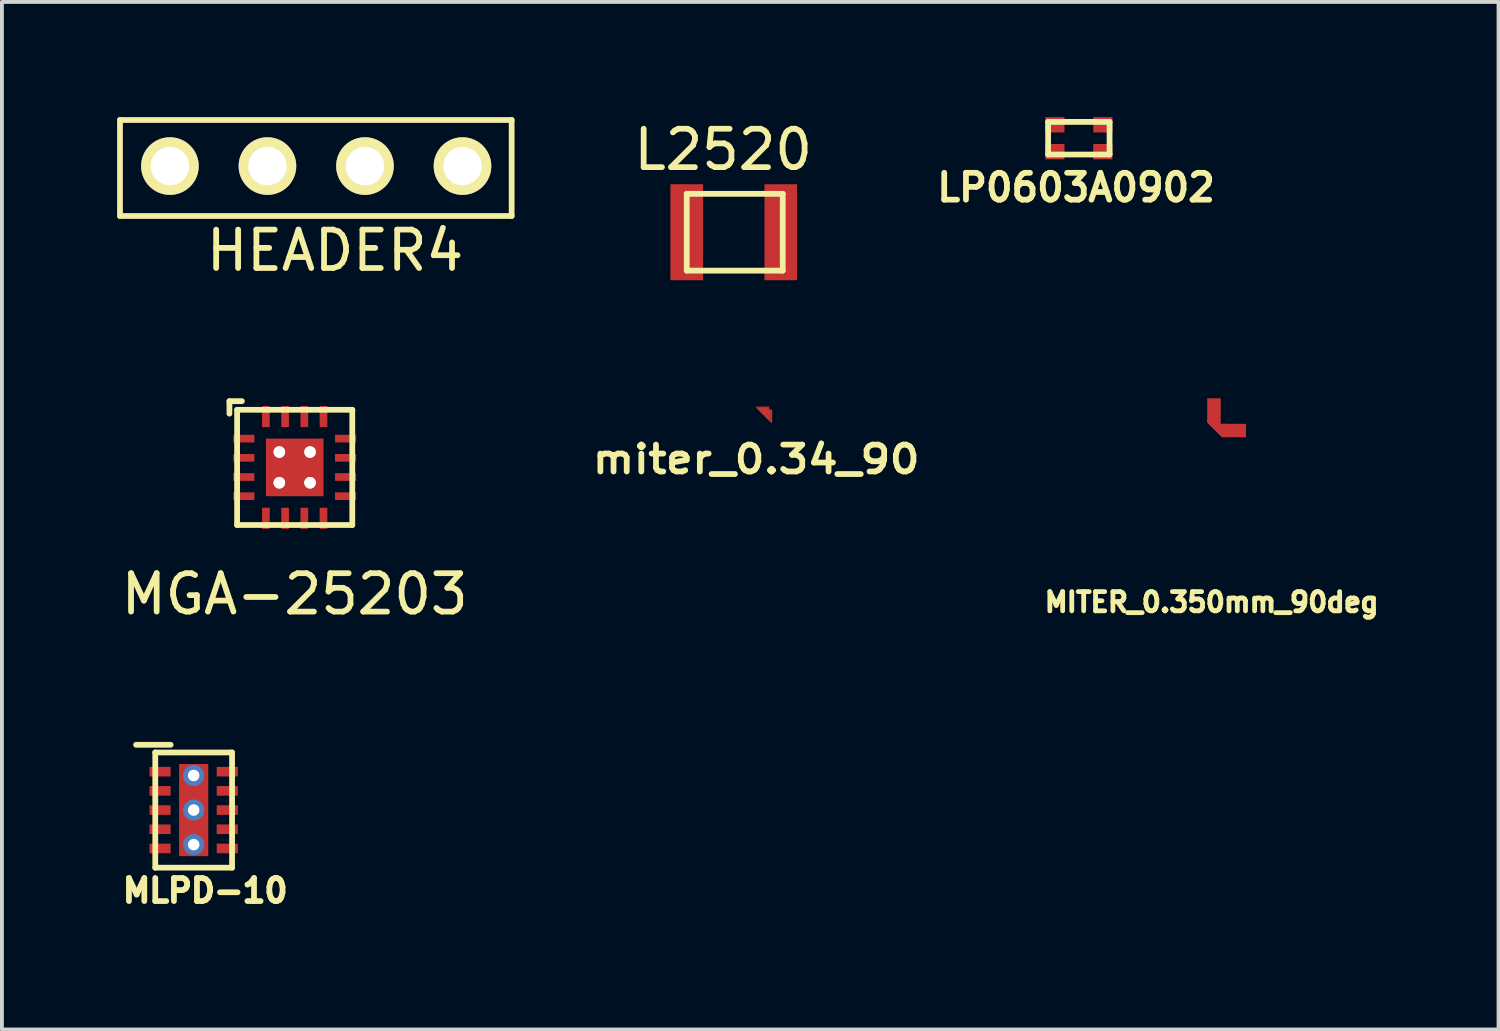
<source format=kicad_pcb>
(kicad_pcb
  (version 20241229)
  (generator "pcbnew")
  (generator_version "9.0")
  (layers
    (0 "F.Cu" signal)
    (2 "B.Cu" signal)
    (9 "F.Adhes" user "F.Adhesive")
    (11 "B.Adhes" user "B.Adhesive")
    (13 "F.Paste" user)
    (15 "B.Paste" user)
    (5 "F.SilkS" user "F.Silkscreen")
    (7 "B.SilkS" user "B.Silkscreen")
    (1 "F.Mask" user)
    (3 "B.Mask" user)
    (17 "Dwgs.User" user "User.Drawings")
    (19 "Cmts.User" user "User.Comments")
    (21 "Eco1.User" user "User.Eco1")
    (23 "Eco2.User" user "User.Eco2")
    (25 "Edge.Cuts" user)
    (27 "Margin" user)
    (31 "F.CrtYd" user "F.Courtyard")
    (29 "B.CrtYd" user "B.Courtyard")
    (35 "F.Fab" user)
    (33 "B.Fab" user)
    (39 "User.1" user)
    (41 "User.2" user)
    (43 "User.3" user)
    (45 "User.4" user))
  (footprint "L2520"
    (layer "F.Cu")
    (at 14.835 2.998)
    (property "Reference" "L2520" (at 0.95 -2.15 0) (layer "F.SilkS") (effects (font (size 1 1) (thickness 0.15))))
    (attr through_hole)
    (fp_line (start 0 -1) (end 2.5 -1) (stroke (width 0.15) (type solid)) (layer "F.SilkS"))
    (fp_line (start 0 1) (end 0 -1) (stroke (width 0.15) (type solid)) (layer "F.SilkS"))
    (fp_line (start 2.5 -1) (end 2.5 1) (stroke (width 0.15) (type solid)) (layer "F.SilkS"))
    (fp_line (start 2.5 1) (end 0 1) (stroke (width 0.15) (type solid)) (layer "F.SilkS"))
    (pad "1" smd rect (at 0 0) (size 0.85 2.5) (layers "F.Cu" "F.Mask" "F.Paste"))
    (pad "2" smd rect (at 2.45 0) (size 0.85 2.5) (layers "F.Cu" "F.Mask" "F.Paste")))
  (footprint "HEADER4"
    (layer "F.Cu")
    (at 1.375 1.275)
    (property "Reference" "HEADER4" (at 4.3 2.2 0) (layer "F.SilkS") (effects (font (size 1 1) (thickness 0.15))))
    (attr through_hole)
    (fp_line (start -1.3 -1.2) (end -1.3 1.3) (stroke (width 0.15) (type solid)) (layer "F.SilkS"))
    (fp_line (start -1.3 1.3) (end 8.9 1.3) (stroke (width 0.15) (type solid)) (layer "F.SilkS"))
    (fp_line (start 8.9 -1.2) (end -1.3 -1.2) (stroke (width 0.15) (type solid)) (layer "F.SilkS"))
    (fp_line (start 8.9 1.3) (end 8.9 -1.2) (stroke (width 0.15) (type solid)) (layer "F.SilkS"))
    (pad "1" thru_hole circle (at 0 0) (size 1.5 1.5) (drill 1) (layers "*.Cu" "*.Mask" "F.SilkS"))
    (pad "2" thru_hole circle (at 2.54 0) (size 1.5 1.5) (drill 1) (layers "*.Cu" "*.Mask" "F.SilkS"))
    (pad "3" thru_hole circle (at 5.08 0) (size 1.5 1.5) (drill 1) (layers "*.Cu" "*.Mask" "F.SilkS"))
    (pad "4" thru_hole circle (at 7.62 0) (size 1.5 1.5) (drill 1) (layers "*.Cu" "*.Mask" "F.SilkS")))
  (footprint "miter_0.34_90"
    (layer "F.Cu")
    (at 16.643 7.573)
    (property "Reference" "miter_0.34_90" (at 0 1.34 0) (layer "F.SilkS") (effects (font (size 0.7 0.8) (thickness 0.15))))
    (attr through_hole)
    (fp_poly (pts (xy 0 0) (xy 0.34 0) (xy 0.34 0.043) (xy 0.383 0.043) (xy 0.383 0.383) (xy 0 0)) (stroke (width 0) (type solid)) (fill yes) (layer "F.Cu"))
    (pad "1" smd rect (at 0.17 -0.017) (size 0.34 0.034) (layers "F.Cu" "F.Mask" "F.Paste"))
    (pad "2" smd rect (at 0.4 0.213) (size 0.034 0.34) (layers "F.Cu" "F.Mask" "F.Paste")))
  (footprint "LP0603A0902"
    (layer "F.Cu")
    (at 25.022 0.55)
    (property "Reference" "LP0603A0902" (at -0.048 1.284 0) (layer "F.SilkS") (effects (font (size 0.7 0.7) (thickness 0.15))))
    (attr through_hole)
    (fp_line (start -0.775 -0.425) (end 0.825 -0.425) (stroke (width 0.15) (type solid)) (layer "F.SilkS"))
    (fp_line (start -0.775 0.425) (end -0.775 -0.425) (stroke (width 0.15) (type solid)) (layer "F.SilkS"))
    (fp_line (start 0.825 -0.425) (end 0.825 0.425) (stroke (width 0.15) (type solid)) (layer "F.SilkS"))
    (fp_line (start 0.825 0.425) (end -0.775 0.425) (stroke (width 0.15) (type solid)) (layer "F.SilkS"))
    (pad "1" smd rect (at -0.6 0.35) (size 0.5 0.4) (layers "F.Cu" "F.Mask" "F.Paste"))
    (pad "2" smd rect (at 0.65 0.35) (size 0.5 0.4) (layers "F.Cu" "F.Mask" "F.Paste"))
    (pad "3" smd rect (at 0.65 -0.35) (size 0.5 0.4) (layers "F.Cu" "F.Mask" "F.Paste"))
    (pad "4" smd rect (at -0.6 -0.35) (size 0.5 0.4) (layers "F.Cu" "F.Mask" "F.Paste")))
  (footprint "MITER_0.350mm_90deg"
    (layer "F.Cu")
    (at 28.566 8.163)
    (property "Reference" "MITER_0.350mm_90deg" (at -0.06 4.47 0) (layer "F.SilkS") (effects (font (size 0.5 0.5) (thickness 0.125))))
    (attr through_hole)
    (fp_line (start -0.1 -0.24) (end 0.24 0.1) (stroke (width 0.15) (type solid)) (layer "F.Cu"))
    (fp_line (start 0.03 -0.27) (end 0.03 -0.2) (stroke (width 0.15) (type solid)) (layer "F.Cu"))
    (fp_line (start 0.1 -0.14) (end 0.1 -0.24) (stroke (width 0.15) (type solid)) (layer "F.Cu"))
    (fp_line (start 0.21 -0.03) (end 0.25 -0.02) (stroke (width 0.15) (type solid)) (layer "F.Cu"))
    (fp_line (start 0.23 0.09) (end -0.1 -0.24) (stroke (width 0.15) (type solid)) (layer "F.Cu"))
    (fp_line (start 0.31 -0.1) (end 0.18 -0.1) (stroke (width 0.15) (type solid)) (layer "F.Cu"))
    (pad "1" smd rect (at 0.535 0 90) (size 0.35 0.6) (layers "F.Cu"))
    (pad "2" smd rect (at 0 -0.54) (size 0.35 0.6) (layers "F.Cu")))
  (footprint "MGA-25203"
    (layer "F.Cu")
    (at 4.625 9.123)
    (property "Reference" "MGA-25203" (at 0 3.3 0) (layer "F.SilkS") (effects (font (size 1 1) (thickness 0.15))))
    (attr through_hole)
    (fp_line (start -1.7 -1.725) (end -1.7 -1.4) (stroke (width 0.15) (type solid)) (layer "F.SilkS"))
    (fp_line (start -1.5 -1.5) (end 1.5 -1.5) (stroke (width 0.15) (type solid)) (layer "F.SilkS"))
    (fp_line (start -1.5 1.5) (end -1.5 -1.5) (stroke (width 0.15) (type solid)) (layer "F.SilkS"))
    (fp_line (start -1.375 -1.725) (end -1.7 -1.725) (stroke (width 0.15) (type solid)) (layer "F.SilkS"))
    (fp_line (start 1.5 -1.5) (end 1.5 1.5) (stroke (width 0.15) (type solid)) (layer "F.SilkS"))
    (fp_line (start 1.5 1.5) (end -1.5 1.5) (stroke (width 0.15) (type solid)) (layer "F.SilkS"))
    (pad "1" smd rect (at -1.325 -0.75) (size 0.55 0.2) (layers "F.Cu" "F.Mask" "F.Paste"))
    (pad "2" smd rect (at -1.325 -0.25) (size 0.55 0.2) (layers "F.Cu" "F.Mask" "F.Paste"))
    (pad "3" smd rect (at -1.325 0.25) (size 0.55 0.2) (layers "F.Cu" "F.Mask" "F.Paste"))
    (pad "4" smd rect (at -1.325 0.75) (size 0.55 0.2) (layers "F.Cu" "F.Mask" "F.Paste"))
    (pad "5" smd rect (at -0.75 1.325 90) (size 0.55 0.2) (layers "F.Cu" "F.Mask" "F.Paste"))
    (pad "6" smd rect (at -0.25 1.325 90) (size 0.55 0.2) (layers "F.Cu" "F.Mask" "F.Paste"))
    (pad "7" smd rect (at 0.25 1.325 90) (size 0.55 0.2) (layers "F.Cu" "F.Mask" "F.Paste"))
    (pad "8" smd rect (at 0.75 1.325 90) (size 0.55 0.2) (layers "F.Cu" "F.Mask" "F.Paste"))
    (pad "9" smd rect (at 1.325 0.75) (size 0.55 0.2) (layers "F.Cu" "F.Mask" "F.Paste"))
    (pad "10" smd rect (at 1.325 0.25) (size 0.55 0.2) (layers "F.Cu" "F.Mask" "F.Paste"))
    (pad "11" smd rect (at 1.325 -0.25) (size 0.55 0.2) (layers "F.Cu" "F.Mask" "F.Paste"))
    (pad "12" smd rect (at 1.325 -0.75) (size 0.55 0.2) (layers "F.Cu" "F.Mask" "F.Paste"))
    (pad "13" smd rect (at 0.75 -1.325 270) (size 0.55 0.2) (layers "F.Cu" "F.Mask" "F.Paste"))
    (pad "14" smd rect (at 0.25 -1.325 270) (size 0.55 0.2) (layers "F.Cu" "F.Mask" "F.Paste"))
    (pad "15" smd rect (at -0.25 -1.325 270) (size 0.55 0.2) (layers "F.Cu" "F.Mask" "F.Paste"))
    (pad "16" smd rect (at -0.75 -1.325 270) (size 0.55 0.2) (layers "F.Cu" "F.Mask" "F.Paste"))
    (pad "EP" thru_hole circle (at -0.4 -0.4) (size 0.3 0.3) (drill 0.3) (layers "*.Cu" "F.Mask" "F.SilkS"))
    (pad "EP" thru_hole circle (at -0.4 0.4) (size 0.3 0.3) (drill 0.3) (layers "*.Cu" "F.Mask" "F.SilkS"))
    (pad "EP" smd rect (at 0 0) (size 1.5 1.5) (layers "F.Cu" "F.Mask" "F.Paste"))
    (pad "EP" thru_hole circle (at 0.4 -0.4) (size 0.3 0.3) (drill 0.3) (layers "*.Cu" "F.Mask" "F.SilkS"))
    (pad "EP" thru_hole circle (at 0.4 0.4) (size 0.3 0.3) (drill 0.3) (layers "*.Cu" "F.Mask" "F.SilkS")))
  (footprint "MLPD-10"
    (layer "F.Cu")
    (at 1.994 18.047)
    (property "Reference" "MLPD-10" (at 0.3 2.1 0) (layer "F.SilkS") (effects (font (size 0.6 0.6) (thickness 0.15))))
    (attr through_hole)
    (fp_line (start -1 -1.5) (end 1 -1.5) (stroke (width 0.15) (type solid)) (layer "F.SilkS"))
    (fp_line (start -1 1.5) (end -1 -1.5) (stroke (width 0.15) (type solid)) (layer "F.SilkS"))
    (fp_line (start -0.6 -1.7) (end -1.5 -1.7) (stroke (width 0.15) (type solid)) (layer "F.SilkS"))
    (fp_line (start 1 -1.5) (end 1 1.5) (stroke (width 0.15) (type solid)) (layer "F.SilkS"))
    (fp_line (start 1 1.5) (end -1 1.5) (stroke (width 0.15) (type solid)) (layer "F.SilkS"))
    (pad "1" smd rect (at -0.875 -1) (size 0.55 0.25) (layers "F.Cu" "F.Mask" "F.Paste"))
    (pad "2" smd rect (at -0.875 -0.5) (size 0.55 0.25) (layers "F.Cu" "F.Mask" "F.Paste"))
    (pad "3" smd rect (at -0.875 0) (size 0.55 0.25) (layers "F.Cu" "F.Mask" "F.Paste"))
    (pad "4" smd rect (at -0.875 0.5) (size 0.55 0.25) (layers "F.Cu" "F.Mask" "F.Paste"))
    (pad "5" smd rect (at -0.875 1) (size 0.55 0.25) (layers "F.Cu" "F.Mask" "F.Paste"))
    (pad "6" smd rect (at 0.875 1) (size 0.55 0.25) (layers "F.Cu" "F.Mask" "F.Paste"))
    (pad "7" smd rect (at 0.875 0.5) (size 0.55 0.25) (layers "F.Cu" "F.Mask" "F.Paste"))
    (pad "8" smd rect (at 0.875 0) (size 0.55 0.25) (layers "F.Cu" "F.Mask" "F.Paste"))
    (pad "9" smd rect (at 0.875 -0.5) (size 0.55 0.25) (layers "F.Cu" "F.Mask" "F.Paste"))
    (pad "10" smd rect (at 0.875 -1) (size 0.55 0.25) (layers "F.Cu" "F.Mask" "F.Paste"))
    (pad "EP" thru_hole circle (at 0 -0.9) (size 0.55 0.55) (drill 0.3) (layers "*.Cu"))
    (pad "EP" thru_hole circle (at 0 0) (size 0.55 0.55) (drill 0.3) (layers "*.Cu"))
    (pad "EP" smd rect (at 0 0) (size 0.76 2.4) (layers "F.Cu" "F.Mask" "F.Paste"))
    (pad "EP" thru_hole circle (at 0 0.9) (size 0.55 0.55) (drill 0.3) (layers "*.Cu")))
  (gr_rect
    (start -3 -3)
    (end 35.977 23.761)
    (stroke (width 0.1) (type default))
    (fill no)
    (layer "Edge.Cuts")))
</source>
